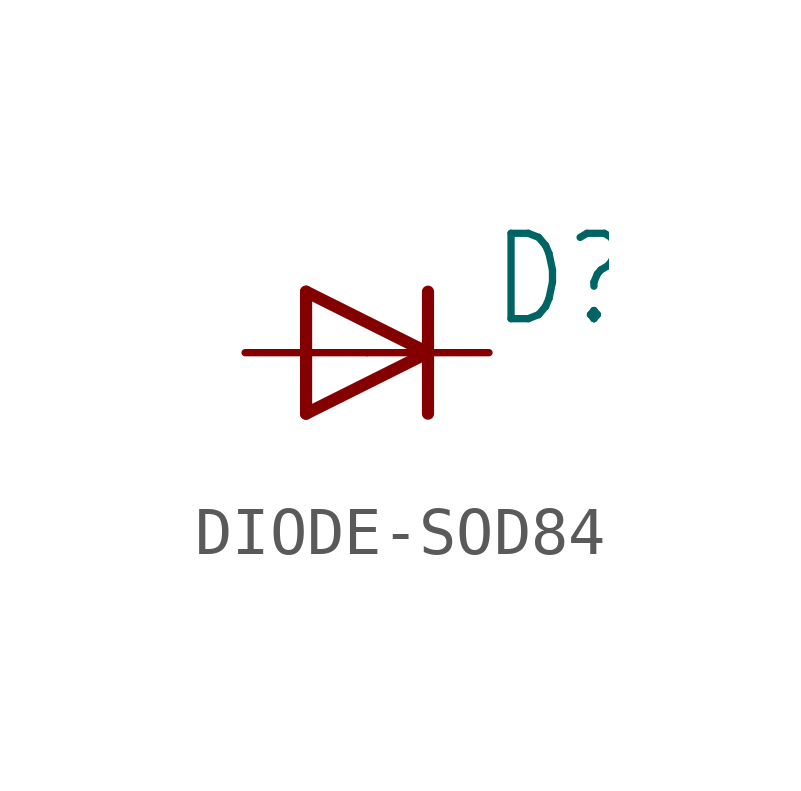
<source format=kicad_sym>
(kicad_symbol_lib
  (version 20220914)
  (generator kicad_symbol_editor)
  (symbol "DIODE-SOD84"
    (property "Reference" "D"
      (at 2.54 0.483 0)
      (effects (font (size 1.778 1.511)) (justify left bottom)))
    (property "Value" ""
      (at 2.54 -2.311 0)
      (effects (font (size 1.778 1.511)) (justify left bottom)))
    (property "ki_locked" ""
      (at 0 0 0)
      (effects (font (size 1.27 1.27))))
    (symbol "DIODE-SOD84_1_0"
      (polyline (pts (xy -1.27 -1.27) (xy 1.27 0)) (stroke (width 0.254) (type solid)) (fill (type none)))
      (polyline (pts (xy -1.27 1.27) (xy -1.27 -1.27)) (stroke (width 0.254) (type solid)) (fill (type none)))
      (polyline (pts (xy 1.27 0) (xy -1.27 1.27)) (stroke (width 0.254) (type solid)) (fill (type none)))
      (polyline (pts (xy 1.27 0) (xy 1.27 -1.27)) (stroke (width 0.254) (type solid)) (fill (type none)))
      (polyline (pts (xy 1.27 1.27) (xy 1.27 0)) (stroke (width 0.254) (type solid)) (fill (type none)))
      (pin passive line (at -2.54 0 0) (length 2.54) (name "A" (effects (font (size 0 0)))) (number "A" (effects (font (size 0 0)))))
      (pin passive line (at 2.54 0 180) (length 2.54) (name "C" (effects (font (size 0 0)))) (number "C" (effects (font (size 0 0))))))))
</source>
